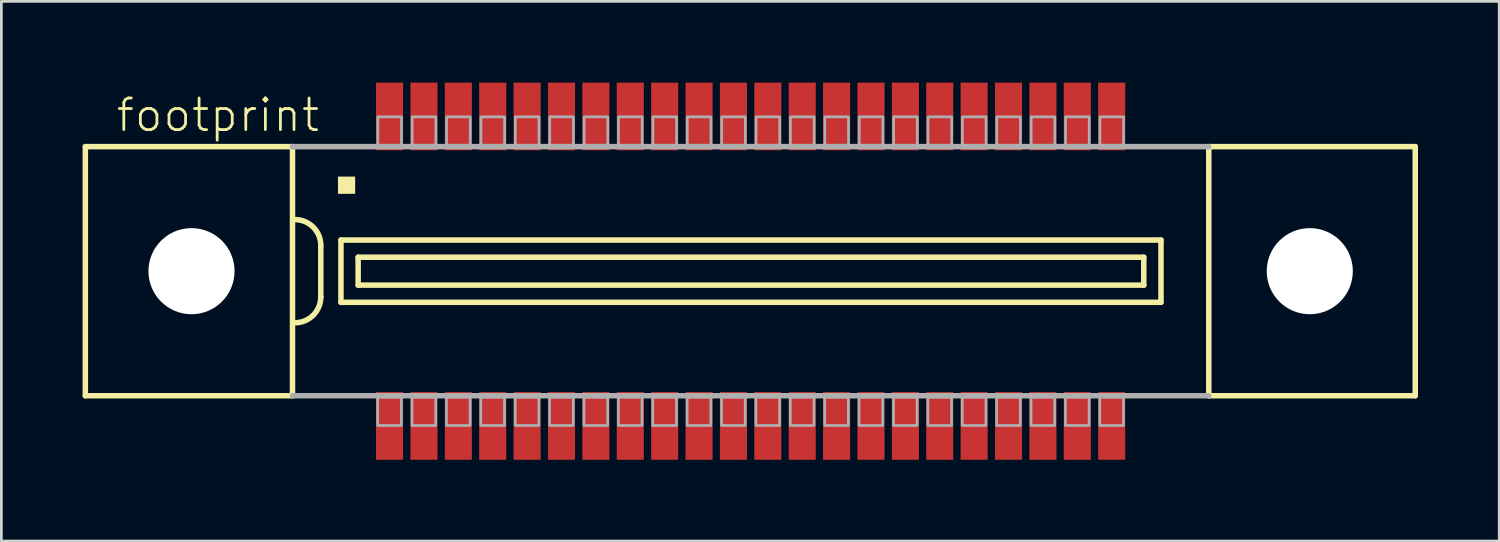
<source format=kicad_pcb>
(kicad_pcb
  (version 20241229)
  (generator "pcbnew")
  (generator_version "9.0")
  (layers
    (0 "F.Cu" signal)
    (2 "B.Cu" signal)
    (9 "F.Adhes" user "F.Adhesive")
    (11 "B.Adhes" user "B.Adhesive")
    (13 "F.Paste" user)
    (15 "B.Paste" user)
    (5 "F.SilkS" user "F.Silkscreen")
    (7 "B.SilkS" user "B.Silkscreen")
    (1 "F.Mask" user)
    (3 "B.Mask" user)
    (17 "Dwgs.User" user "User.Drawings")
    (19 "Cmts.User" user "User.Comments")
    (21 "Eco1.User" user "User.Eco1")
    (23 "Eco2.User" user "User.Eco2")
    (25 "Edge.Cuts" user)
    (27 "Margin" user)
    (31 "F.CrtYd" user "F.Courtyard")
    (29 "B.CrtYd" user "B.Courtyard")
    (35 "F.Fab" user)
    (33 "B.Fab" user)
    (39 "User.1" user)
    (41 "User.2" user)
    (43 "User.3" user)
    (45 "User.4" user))
  (footprint "footprint"
    (layer "F.Cu")
    (at 24.672 6.965)
    (property "Reference" "footprint" (at -23.495 -5.08 0) (layer "F.SilkS") (effects (font (size 1.168 1.168) (thickness 0.102)) (justify left bottom)))
    (fp_line (start -24.57 -4.6) (end -24.57 4.6) (stroke (width 0.203) (type solid)) (layer "F.SilkS"))
    (fp_line (start -24.57 4.6) (end -16.92 4.6) (stroke (width 0.203) (type solid)) (layer "F.SilkS"))
    (fp_line (start -16.92 -4.6) (end -24.57 -4.6) (stroke (width 0.203) (type solid)) (layer "F.SilkS"))
    (fp_line (start -16.92 -4.6) (end -16.92 4.6) (stroke (width 0.203) (type solid)) (layer "F.SilkS"))
    (fp_line (start -15.875 -0.953) (end -15.875 0.953) (stroke (width 0.203) (type solid)) (layer "F.SilkS"))
    (fp_line (start -15.13 -1.15) (end -15.13 1.15) (stroke (width 0.203) (type solid)) (layer "F.SilkS"))
    (fp_line (start -15.13 1.15) (end 15.155 1.15) (stroke (width 0.203) (type solid)) (layer "F.SilkS"))
    (fp_line (start -14.495 -0.515) (end -14.495 0.515) (stroke (width 0.203) (type solid)) (layer "F.SilkS"))
    (fp_line (start -14.495 0.515) (end 14.52 0.515) (stroke (width 0.203) (type solid)) (layer "F.SilkS"))
    (fp_line (start 14.52 -0.515) (end -14.495 -0.515) (stroke (width 0.203) (type solid)) (layer "F.SilkS"))
    (fp_line (start 14.52 0.515) (end 14.52 -0.515) (stroke (width 0.203) (type solid)) (layer "F.SilkS"))
    (fp_line (start 15.155 -1.15) (end -15.13 -1.15) (stroke (width 0.203) (type solid)) (layer "F.SilkS"))
    (fp_line (start 15.155 1.15) (end 15.155 -1.15) (stroke (width 0.203) (type solid)) (layer "F.SilkS"))
    (fp_line (start 16.92 4.6) (end 16.92 -4.6) (stroke (width 0.203) (type solid)) (layer "F.SilkS"))
    (fp_line (start 16.92 4.6) (end 24.545 4.6) (stroke (width 0.203) (type solid)) (layer "F.SilkS"))
    (fp_line (start 24.545 -4.6) (end 16.92 -4.6) (stroke (width 0.203) (type solid)) (layer "F.SilkS"))
    (fp_line (start 24.545 4.6) (end 24.545 -4.6) (stroke (width 0.203) (type solid)) (layer "F.SilkS"))
    (fp_arc (start -16.8275 -1.905) (mid -16.153981 -1.626019) (end -15.875 -0.9525) (stroke (width 0.2032) (type solid)) (layer "F.SilkS"))
    (fp_arc (start -15.875 0.9525) (mid -16.15401 1.625989) (end -16.827499 1.904999) (stroke (width 0.2032) (type solid)) (layer "F.SilkS"))
    (fp_poly (pts (xy -15.24 -2.857) (xy -14.605 -2.857) (xy -14.605 -3.493) (xy -15.24 -3.493)) (stroke (width 0) (type solid)) (fill yes) (layer "F.SilkS"))
    (fp_line (start -16.92 4.6) (end 16.92 4.6) (stroke (width 0.203) (type solid)) (layer "F.Fab"))
    (fp_line (start 16.92 -4.6) (end -16.92 -4.6) (stroke (width 0.203) (type solid)) (layer "F.Fab"))
    (fp_poly (pts (xy -13.77 -4.65) (xy -12.895 -4.65) (xy -12.895 -5.7) (xy -13.77 -5.7)) (stroke (width 0.1) (type solid)) (fill no) (layer "F.Fab"))
    (fp_poly (pts (xy -12.9 4.65) (xy -13.775 4.65) (xy -13.775 5.7) (xy -12.9 5.7)) (stroke (width 0.1) (type solid)) (fill no) (layer "F.Fab"))
    (fp_poly (pts (xy -12.5 -4.65) (xy -11.625 -4.65) (xy -11.625 -5.7) (xy -12.5 -5.7)) (stroke (width 0.1) (type solid)) (fill no) (layer "F.Fab"))
    (fp_poly (pts (xy -11.63 4.65) (xy -12.505 4.65) (xy -12.505 5.7) (xy -11.63 5.7)) (stroke (width 0.1) (type solid)) (fill no) (layer "F.Fab"))
    (fp_poly (pts (xy -11.23 -4.65) (xy -10.355 -4.65) (xy -10.355 -5.7) (xy -11.23 -5.7)) (stroke (width 0.1) (type solid)) (fill no) (layer "F.Fab"))
    (fp_poly (pts (xy -10.36 4.65) (xy -11.235 4.65) (xy -11.235 5.7) (xy -10.36 5.7)) (stroke (width 0.1) (type solid)) (fill no) (layer "F.Fab"))
    (fp_poly (pts (xy -9.96 -4.65) (xy -9.085 -4.65) (xy -9.085 -5.7) (xy -9.96 -5.7)) (stroke (width 0.1) (type solid)) (fill no) (layer "F.Fab"))
    (fp_poly (pts (xy -9.09 4.65) (xy -9.965 4.65) (xy -9.965 5.7) (xy -9.09 5.7)) (stroke (width 0.1) (type solid)) (fill no) (layer "F.Fab"))
    (fp_poly (pts (xy -8.69 -4.65) (xy -7.815 -4.65) (xy -7.815 -5.7) (xy -8.69 -5.7)) (stroke (width 0.1) (type solid)) (fill no) (layer "F.Fab"))
    (fp_poly (pts (xy -7.82 4.65) (xy -8.695 4.65) (xy -8.695 5.7) (xy -7.82 5.7)) (stroke (width 0.1) (type solid)) (fill no) (layer "F.Fab"))
    (fp_poly (pts (xy -7.42 -4.65) (xy -6.545 -4.65) (xy -6.545 -5.7) (xy -7.42 -5.7)) (stroke (width 0.1) (type solid)) (fill no) (layer "F.Fab"))
    (fp_poly (pts (xy -6.55 4.65) (xy -7.425 4.65) (xy -7.425 5.7) (xy -6.55 5.7)) (stroke (width 0.1) (type solid)) (fill no) (layer "F.Fab"))
    (fp_poly (pts (xy -6.15 -4.65) (xy -5.275 -4.65) (xy -5.275 -5.7) (xy -6.15 -5.7)) (stroke (width 0.1) (type solid)) (fill no) (layer "F.Fab"))
    (fp_poly (pts (xy -5.28 4.65) (xy -6.155 4.65) (xy -6.155 5.7) (xy -5.28 5.7)) (stroke (width 0.1) (type solid)) (fill no) (layer "F.Fab"))
    (fp_poly (pts (xy -4.88 -4.65) (xy -4.005 -4.65) (xy -4.005 -5.7) (xy -4.88 -5.7)) (stroke (width 0.1) (type solid)) (fill no) (layer "F.Fab"))
    (fp_poly (pts (xy -4.01 4.65) (xy -4.885 4.65) (xy -4.885 5.7) (xy -4.01 5.7)) (stroke (width 0.1) (type solid)) (fill no) (layer "F.Fab"))
    (fp_poly (pts (xy -3.61 -4.65) (xy -2.735 -4.65) (xy -2.735 -5.7) (xy -3.61 -5.7)) (stroke (width 0.1) (type solid)) (fill no) (layer "F.Fab"))
    (fp_poly (pts (xy -2.74 4.65) (xy -3.615 4.65) (xy -3.615 5.7) (xy -2.74 5.7)) (stroke (width 0.1) (type solid)) (fill no) (layer "F.Fab"))
    (fp_poly (pts (xy -2.34 -4.65) (xy -1.465 -4.65) (xy -1.465 -5.7) (xy -2.34 -5.7)) (stroke (width 0.1) (type solid)) (fill no) (layer "F.Fab"))
    (fp_poly (pts (xy -1.47 4.65) (xy -2.345 4.65) (xy -2.345 5.7) (xy -1.47 5.7)) (stroke (width 0.1) (type solid)) (fill no) (layer "F.Fab"))
    (fp_poly (pts (xy -1.07 -4.65) (xy -0.195 -4.65) (xy -0.195 -5.7) (xy -1.07 -5.7)) (stroke (width 0.1) (type solid)) (fill no) (layer "F.Fab"))
    (fp_poly (pts (xy -0.2 4.65) (xy -1.075 4.65) (xy -1.075 5.7) (xy -0.2 5.7)) (stroke (width 0.1) (type solid)) (fill no) (layer "F.Fab"))
    (fp_poly (pts (xy 0.2 -4.65) (xy 1.075 -4.65) (xy 1.075 -5.7) (xy 0.2 -5.7)) (stroke (width 0.1) (type solid)) (fill no) (layer "F.Fab"))
    (fp_poly (pts (xy 1.07 4.65) (xy 0.195 4.65) (xy 0.195 5.7) (xy 1.07 5.7)) (stroke (width 0.1) (type solid)) (fill no) (layer "F.Fab"))
    (fp_poly (pts (xy 1.47 -4.65) (xy 2.345 -4.65) (xy 2.345 -5.7) (xy 1.47 -5.7)) (stroke (width 0.1) (type solid)) (fill no) (layer "F.Fab"))
    (fp_poly (pts (xy 2.34 4.65) (xy 1.465 4.65) (xy 1.465 5.7) (xy 2.34 5.7)) (stroke (width 0.1) (type solid)) (fill no) (layer "F.Fab"))
    (fp_poly (pts (xy 2.74 -4.65) (xy 3.615 -4.65) (xy 3.615 -5.7) (xy 2.74 -5.7)) (stroke (width 0.1) (type solid)) (fill no) (layer "F.Fab"))
    (fp_poly (pts (xy 3.61 4.65) (xy 2.735 4.65) (xy 2.735 5.7) (xy 3.61 5.7)) (stroke (width 0.1) (type solid)) (fill no) (layer "F.Fab"))
    (fp_poly (pts (xy 4.01 -4.65) (xy 4.885 -4.65) (xy 4.885 -5.7) (xy 4.01 -5.7)) (stroke (width 0.1) (type solid)) (fill no) (layer "F.Fab"))
    (fp_poly (pts (xy 4.88 4.65) (xy 4.005 4.65) (xy 4.005 5.7) (xy 4.88 5.7)) (stroke (width 0.1) (type solid)) (fill no) (layer "F.Fab"))
    (fp_poly (pts (xy 5.28 -4.65) (xy 6.155 -4.65) (xy 6.155 -5.7) (xy 5.28 -5.7)) (stroke (width 0.1) (type solid)) (fill no) (layer "F.Fab"))
    (fp_poly (pts (xy 6.15 4.65) (xy 5.275 4.65) (xy 5.275 5.7) (xy 6.15 5.7)) (stroke (width 0.1) (type solid)) (fill no) (layer "F.Fab"))
    (fp_poly (pts (xy 6.55 -4.65) (xy 7.425 -4.65) (xy 7.425 -5.7) (xy 6.55 -5.7)) (stroke (width 0.1) (type solid)) (fill no) (layer "F.Fab"))
    (fp_poly (pts (xy 7.42 4.65) (xy 6.545 4.65) (xy 6.545 5.7) (xy 7.42 5.7)) (stroke (width 0.1) (type solid)) (fill no) (layer "F.Fab"))
    (fp_poly (pts (xy 7.82 -4.65) (xy 8.695 -4.65) (xy 8.695 -5.7) (xy 7.82 -5.7)) (stroke (width 0.1) (type solid)) (fill no) (layer "F.Fab"))
    (fp_poly (pts (xy 8.69 4.65) (xy 7.815 4.65) (xy 7.815 5.7) (xy 8.69 5.7)) (stroke (width 0.1) (type solid)) (fill no) (layer "F.Fab"))
    (fp_poly (pts (xy 9.09 -4.65) (xy 9.965 -4.65) (xy 9.965 -5.7) (xy 9.09 -5.7)) (stroke (width 0.1) (type solid)) (fill no) (layer "F.Fab"))
    (fp_poly (pts (xy 9.96 4.65) (xy 9.085 4.65) (xy 9.085 5.7) (xy 9.96 5.7)) (stroke (width 0.1) (type solid)) (fill no) (layer "F.Fab"))
    (fp_poly (pts (xy 10.36 -4.65) (xy 11.235 -4.65) (xy 11.235 -5.7) (xy 10.36 -5.7)) (stroke (width 0.1) (type solid)) (fill no) (layer "F.Fab"))
    (fp_poly (pts (xy 11.23 4.65) (xy 10.355 4.65) (xy 10.355 5.7) (xy 11.23 5.7)) (stroke (width 0.1) (type solid)) (fill no) (layer "F.Fab"))
    (fp_poly (pts (xy 11.63 -4.65) (xy 12.505 -4.65) (xy 12.505 -5.7) (xy 11.63 -5.7)) (stroke (width 0.1) (type solid)) (fill no) (layer "F.Fab"))
    (fp_poly (pts (xy 12.5 4.65) (xy 11.625 4.65) (xy 11.625 5.7) (xy 12.5 5.7)) (stroke (width 0.1) (type solid)) (fill no) (layer "F.Fab"))
    (fp_poly (pts (xy 12.9 -4.65) (xy 13.775 -4.65) (xy 13.775 -5.7) (xy 12.9 -5.7)) (stroke (width 0.1) (type solid)) (fill no) (layer "F.Fab"))
    (fp_poly (pts (xy 13.77 4.65) (xy 12.895 4.65) (xy 12.895 5.7) (xy 13.77 5.7)) (stroke (width 0.1) (type solid)) (fill no) (layer "F.Fab"))
    (pad "" np_thru_hole circle (at -20.65 0) (size 3.18 3.18) (drill 3.18) (layers "*.Cu" "*.Mask"))
    (pad "" np_thru_hole circle (at 20.65 0) (size 3.18 3.18) (drill 3.18) (layers "*.Cu" "*.Mask"))
    (pad "1" smd rect (at -13.335 -5.715) (size 1 2.5) (layers "F.Cu" "F.Mask" "F.Paste"))
    (pad "2" smd rect (at -12.065 -5.715) (size 1 2.5) (layers "F.Cu" "F.Mask" "F.Paste"))
    (pad "3" smd rect (at -10.795 -5.715) (size 1 2.5) (layers "F.Cu" "F.Mask" "F.Paste"))
    (pad "4" smd rect (at -9.525 -5.715) (size 1 2.5) (layers "F.Cu" "F.Mask" "F.Paste"))
    (pad "5" smd rect (at -8.255 -5.715) (size 1 2.5) (layers "F.Cu" "F.Mask" "F.Paste"))
    (pad "6" smd rect (at -6.985 -5.715) (size 1 2.5) (layers "F.Cu" "F.Mask" "F.Paste"))
    (pad "7" smd rect (at -5.715 -5.715) (size 1 2.5) (layers "F.Cu" "F.Mask" "F.Paste"))
    (pad "8" smd rect (at -4.445 -5.715) (size 1 2.5) (layers "F.Cu" "F.Mask" "F.Paste"))
    (pad "9" smd rect (at -3.175 -5.715) (size 1 2.5) (layers "F.Cu" "F.Mask" "F.Paste"))
    (pad "10" smd rect (at -1.905 -5.715) (size 1 2.5) (layers "F.Cu" "F.Mask" "F.Paste"))
    (pad "11" smd rect (at -0.635 -5.715 180) (size 1 2.5) (layers "F.Cu" "F.Mask" "F.Paste"))
    (pad "12" smd rect (at 0.635 -5.715 180) (size 1 2.5) (layers "F.Cu" "F.Mask" "F.Paste"))
    (pad "13" smd rect (at 1.905 -5.715 180) (size 1 2.5) (layers "F.Cu" "F.Mask" "F.Paste"))
    (pad "14" smd rect (at 3.175 -5.715 180) (size 1 2.5) (layers "F.Cu" "F.Mask" "F.Paste"))
    (pad "15" smd rect (at 4.445 -5.715 180) (size 1 2.5) (layers "F.Cu" "F.Mask" "F.Paste"))
    (pad "16" smd rect (at 5.715 -5.715 180) (size 1 2.5) (layers "F.Cu" "F.Mask" "F.Paste"))
    (pad "17" smd rect (at 6.985 -5.715 180) (size 1 2.5) (layers "F.Cu" "F.Mask" "F.Paste"))
    (pad "18" smd rect (at 8.255 -5.715 180) (size 1 2.5) (layers "F.Cu" "F.Mask" "F.Paste"))
    (pad "19" smd rect (at 9.525 -5.715 180) (size 1 2.5) (layers "F.Cu" "F.Mask" "F.Paste"))
    (pad "20" smd rect (at 10.795 -5.715 180) (size 1 2.5) (layers "F.Cu" "F.Mask" "F.Paste"))
    (pad "21" smd rect (at 12.065 -5.715 180) (size 1 2.5) (layers "F.Cu" "F.Mask" "F.Paste"))
    (pad "22" smd rect (at 13.335 -5.715 180) (size 1 2.5) (layers "F.Cu" "F.Mask" "F.Paste"))
    (pad "23" smd rect (at -13.335 5.715) (size 1 2.5) (layers "F.Cu" "F.Mask" "F.Paste"))
    (pad "24" smd rect (at -12.065 5.715) (size 1 2.5) (layers "F.Cu" "F.Mask" "F.Paste"))
    (pad "25" smd rect (at -10.795 5.715) (size 1 2.5) (layers "F.Cu" "F.Mask" "F.Paste"))
    (pad "26" smd rect (at -9.525 5.715) (size 1 2.5) (layers "F.Cu" "F.Mask" "F.Paste"))
    (pad "27" smd rect (at -8.255 5.715) (size 1 2.5) (layers "F.Cu" "F.Mask" "F.Paste"))
    (pad "28" smd rect (at -6.985 5.715) (size 1 2.5) (layers "F.Cu" "F.Mask" "F.Paste"))
    (pad "29" smd rect (at -5.715 5.715) (size 1 2.5) (layers "F.Cu" "F.Mask" "F.Paste"))
    (pad "30" smd rect (at -4.445 5.715) (size 1 2.5) (layers "F.Cu" "F.Mask" "F.Paste"))
    (pad "31" smd rect (at -3.175 5.715) (size 1 2.5) (layers "F.Cu" "F.Mask" "F.Paste"))
    (pad "32" smd rect (at -1.905 5.715) (size 1 2.5) (layers "F.Cu" "F.Mask" "F.Paste"))
    (pad "33" smd rect (at -0.635 5.715) (size 1 2.5) (layers "F.Cu" "F.Mask" "F.Paste"))
    (pad "34" smd rect (at 0.635 5.715) (size 1 2.5) (layers "F.Cu" "F.Mask" "F.Paste"))
    (pad "35" smd rect (at 1.905 5.715) (size 1 2.5) (layers "F.Cu" "F.Mask" "F.Paste"))
    (pad "36" smd rect (at 3.175 5.715) (size 1 2.5) (layers "F.Cu" "F.Mask" "F.Paste"))
    (pad "37" smd rect (at 4.445 5.715) (size 1 2.5) (layers "F.Cu" "F.Mask" "F.Paste"))
    (pad "38" smd rect (at 5.715 5.715) (size 1 2.5) (layers "F.Cu" "F.Mask" "F.Paste"))
    (pad "39" smd rect (at 6.985 5.715) (size 1 2.5) (layers "F.Cu" "F.Mask" "F.Paste"))
    (pad "40" smd rect (at 8.255 5.715) (size 1 2.5) (layers "F.Cu" "F.Mask" "F.Paste"))
    (pad "41" smd rect (at 9.525 5.715) (size 1 2.5) (layers "F.Cu" "F.Mask" "F.Paste"))
    (pad "42" smd rect (at 10.795 5.715) (size 1 2.5) (layers "F.Cu" "F.Mask" "F.Paste"))
    (pad "43" smd rect (at 12.065 5.715) (size 1 2.5) (layers "F.Cu" "F.Mask" "F.Paste"))
    (pad "44" smd rect (at 13.335 5.715) (size 1 2.5) (layers "F.Cu" "F.Mask" "F.Paste")))
  (gr_rect
    (start -3 -3)
    (end 52.318 16.93)
    (stroke (width 0.1) (type default))
    (fill no)
    (layer "Edge.Cuts")))
</source>
